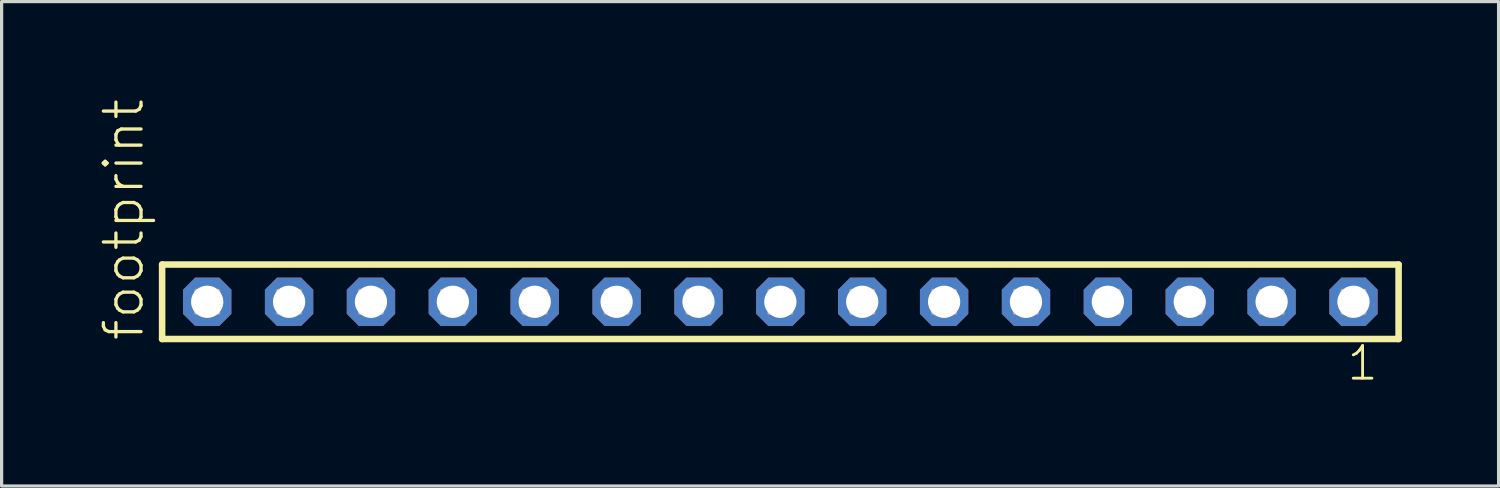
<source format=kicad_pcb>
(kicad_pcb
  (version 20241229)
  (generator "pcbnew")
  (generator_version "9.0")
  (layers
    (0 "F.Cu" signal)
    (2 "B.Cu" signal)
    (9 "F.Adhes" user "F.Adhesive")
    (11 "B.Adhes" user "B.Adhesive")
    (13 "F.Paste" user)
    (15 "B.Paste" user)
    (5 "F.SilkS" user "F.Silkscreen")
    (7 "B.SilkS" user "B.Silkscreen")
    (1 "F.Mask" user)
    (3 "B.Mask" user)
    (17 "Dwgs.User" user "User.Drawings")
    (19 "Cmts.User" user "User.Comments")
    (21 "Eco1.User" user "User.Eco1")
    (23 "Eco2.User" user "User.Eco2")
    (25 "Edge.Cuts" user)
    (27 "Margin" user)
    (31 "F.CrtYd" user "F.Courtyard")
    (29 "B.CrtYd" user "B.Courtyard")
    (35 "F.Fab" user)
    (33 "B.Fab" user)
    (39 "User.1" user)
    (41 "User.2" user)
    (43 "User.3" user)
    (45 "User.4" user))
  (footprint "footprint"
    (layer "F.Cu")
    (at 21.158 6.312)
    (property "Reference" "footprint" (at -19.685 1.27 90) (layer "F.SilkS") (effects (font (size 1.168 1.168) (thickness 0.102)) (justify left bottom)))
    (fp_line (start -19.179 -1.155) (end 19.179 -1.155) (stroke (width 0.203) (type solid)) (layer "F.SilkS"))
    (fp_line (start -19.179 1.155) (end -19.179 -1.155) (stroke (width 0.203) (type solid)) (layer "F.SilkS"))
    (fp_line (start 19.179 -1.155) (end 19.179 1.155) (stroke (width 0.203) (type solid)) (layer "F.SilkS"))
    (fp_line (start 19.179 1.155) (end -19.179 1.155) (stroke (width 0.203) (type solid)) (layer "F.SilkS"))
    (fp_poly (pts (xy -18.13 0.35) (xy -17.43 0.35) (xy -17.43 -0.35) (xy -18.13 -0.35)) (stroke (width 0.1) (type solid)) (fill no) (layer "F.Fab"))
    (fp_poly (pts (xy -15.59 0.35) (xy -14.89 0.35) (xy -14.89 -0.35) (xy -15.59 -0.35)) (stroke (width 0.1) (type solid)) (fill no) (layer "F.Fab"))
    (fp_poly (pts (xy -13.05 0.35) (xy -12.35 0.35) (xy -12.35 -0.35) (xy -13.05 -0.35)) (stroke (width 0.1) (type solid)) (fill no) (layer "F.Fab"))
    (fp_poly (pts (xy -10.51 0.35) (xy -9.81 0.35) (xy -9.81 -0.35) (xy -10.51 -0.35)) (stroke (width 0.1) (type solid)) (fill no) (layer "F.Fab"))
    (fp_poly (pts (xy -7.97 0.35) (xy -7.27 0.35) (xy -7.27 -0.35) (xy -7.97 -0.35)) (stroke (width 0.1) (type solid)) (fill no) (layer "F.Fab"))
    (fp_poly (pts (xy -5.43 0.35) (xy -4.73 0.35) (xy -4.73 -0.35) (xy -5.43 -0.35)) (stroke (width 0.1) (type solid)) (fill no) (layer "F.Fab"))
    (fp_poly (pts (xy -2.89 0.35) (xy -2.19 0.35) (xy -2.19 -0.35) (xy -2.89 -0.35)) (stroke (width 0.1) (type solid)) (fill no) (layer "F.Fab"))
    (fp_poly (pts (xy -0.35 0.35) (xy 0.35 0.35) (xy 0.35 -0.35) (xy -0.35 -0.35)) (stroke (width 0.1) (type solid)) (fill no) (layer "F.Fab"))
    (fp_poly (pts (xy 2.19 0.35) (xy 2.89 0.35) (xy 2.89 -0.35) (xy 2.19 -0.35)) (stroke (width 0.1) (type solid)) (fill no) (layer "F.Fab"))
    (fp_poly (pts (xy 4.73 0.35) (xy 5.43 0.35) (xy 5.43 -0.35) (xy 4.73 -0.35)) (stroke (width 0.1) (type solid)) (fill no) (layer "F.Fab"))
    (fp_poly (pts (xy 7.27 0.35) (xy 7.97 0.35) (xy 7.97 -0.35) (xy 7.27 -0.35)) (stroke (width 0.1) (type solid)) (fill no) (layer "F.Fab"))
    (fp_poly (pts (xy 9.81 0.35) (xy 10.51 0.35) (xy 10.51 -0.35) (xy 9.81 -0.35)) (stroke (width 0.1) (type solid)) (fill no) (layer "F.Fab"))
    (fp_poly (pts (xy 12.35 0.35) (xy 13.05 0.35) (xy 13.05 -0.35) (xy 12.35 -0.35)) (stroke (width 0.1) (type solid)) (fill no) (layer "F.Fab"))
    (fp_poly (pts (xy 14.89 0.35) (xy 15.59 0.35) (xy 15.59 -0.35) (xy 14.89 -0.35)) (stroke (width 0.1) (type solid)) (fill no) (layer "F.Fab"))
    (fp_poly (pts (xy 17.43 0.35) (xy 18.13 0.35) (xy 18.13 -0.35) (xy 17.43 -0.35)) (stroke (width 0.1) (type solid)) (fill no) (layer "F.Fab"))
    (fp_text user "1" (at 17.522 2.498 0) (layer "F.SilkS") (effects (font (size 1.012 1.012) (thickness 0.088)) (justify left bottom)))
    (pad "1" thru_hole roundrect (at 17.78 0 180) (size 1.5 1.5) (drill 1) (layers "*.Cu" "*.Mask") (roundrect_rratio 0.25) (chamfer_ratio 0.25) (chamfer top_left top_right bottom_left bottom_right))
    (pad "2" thru_hole roundrect (at 15.24 0 180) (size 1.5 1.5) (drill 1) (layers "*.Cu" "*.Mask") (roundrect_rratio 0.25) (chamfer_ratio 0.25) (chamfer top_left top_right bottom_left bottom_right))
    (pad "3" thru_hole roundrect (at 12.7 0 180) (size 1.5 1.5) (drill 1) (layers "*.Cu" "*.Mask") (roundrect_rratio 0.25) (chamfer_ratio 0.25) (chamfer top_left top_right bottom_left bottom_right))
    (pad "4" thru_hole roundrect (at 10.16 0 180) (size 1.5 1.5) (drill 1) (layers "*.Cu" "*.Mask") (roundrect_rratio 0.25) (chamfer_ratio 0.25) (chamfer top_left top_right bottom_left bottom_right))
    (pad "5" thru_hole roundrect (at 7.62 0 180) (size 1.5 1.5) (drill 1) (layers "*.Cu" "*.Mask") (roundrect_rratio 0.25) (chamfer_ratio 0.25) (chamfer top_left top_right bottom_left bottom_right))
    (pad "6" thru_hole roundrect (at 5.08 0 180) (size 1.5 1.5) (drill 1) (layers "*.Cu" "*.Mask") (roundrect_rratio 0.25) (chamfer_ratio 0.25) (chamfer top_left top_right bottom_left bottom_right))
    (pad "7" thru_hole roundrect (at 2.54 0 180) (size 1.5 1.5) (drill 1) (layers "*.Cu" "*.Mask") (roundrect_rratio 0.25) (chamfer_ratio 0.25) (chamfer top_left top_right bottom_left bottom_right))
    (pad "8" thru_hole roundrect (at 0 0 180) (size 1.5 1.5) (drill 1) (layers "*.Cu" "*.Mask") (roundrect_rratio 0.25) (chamfer_ratio 0.25) (chamfer top_left top_right bottom_left bottom_right))
    (pad "9" thru_hole roundrect (at -2.54 0 180) (size 1.5 1.5) (drill 1) (layers "*.Cu" "*.Mask") (roundrect_rratio 0.25) (chamfer_ratio 0.25) (chamfer top_left top_right bottom_left bottom_right))
    (pad "10" thru_hole roundrect (at -5.08 0 180) (size 1.5 1.5) (drill 1) (layers "*.Cu" "*.Mask") (roundrect_rratio 0.25) (chamfer_ratio 0.25) (chamfer top_left top_right bottom_left bottom_right))
    (pad "11" thru_hole roundrect (at -7.62 0 180) (size 1.5 1.5) (drill 1) (layers "*.Cu" "*.Mask") (roundrect_rratio 0.25) (chamfer_ratio 0.25) (chamfer top_left top_right bottom_left bottom_right))
    (pad "12" thru_hole roundrect (at -10.16 0 180) (size 1.5 1.5) (drill 1) (layers "*.Cu" "*.Mask") (roundrect_rratio 0.25) (chamfer_ratio 0.25) (chamfer top_left top_right bottom_left bottom_right))
    (pad "13" thru_hole roundrect (at -12.7 0 180) (size 1.5 1.5) (drill 1) (layers "*.Cu" "*.Mask") (roundrect_rratio 0.25) (chamfer_ratio 0.25) (chamfer top_left top_right bottom_left bottom_right))
    (pad "14" thru_hole roundrect (at -15.24 0 180) (size 1.5 1.5) (drill 1) (layers "*.Cu" "*.Mask") (roundrect_rratio 0.25) (chamfer_ratio 0.25) (chamfer top_left top_right bottom_left bottom_right))
    (pad "15" thru_hole roundrect (at -17.78 0 180) (size 1.5 1.5) (drill 1) (layers "*.Cu" "*.Mask") (roundrect_rratio 0.25) (chamfer_ratio 0.25) (chamfer top_left top_right bottom_left bottom_right)))
  (gr_rect
    (start -3 -3)
    (end 43.439 12.027)
    (stroke (width 0.1) (type default))
    (fill no)
    (layer "Edge.Cuts")))
</source>
